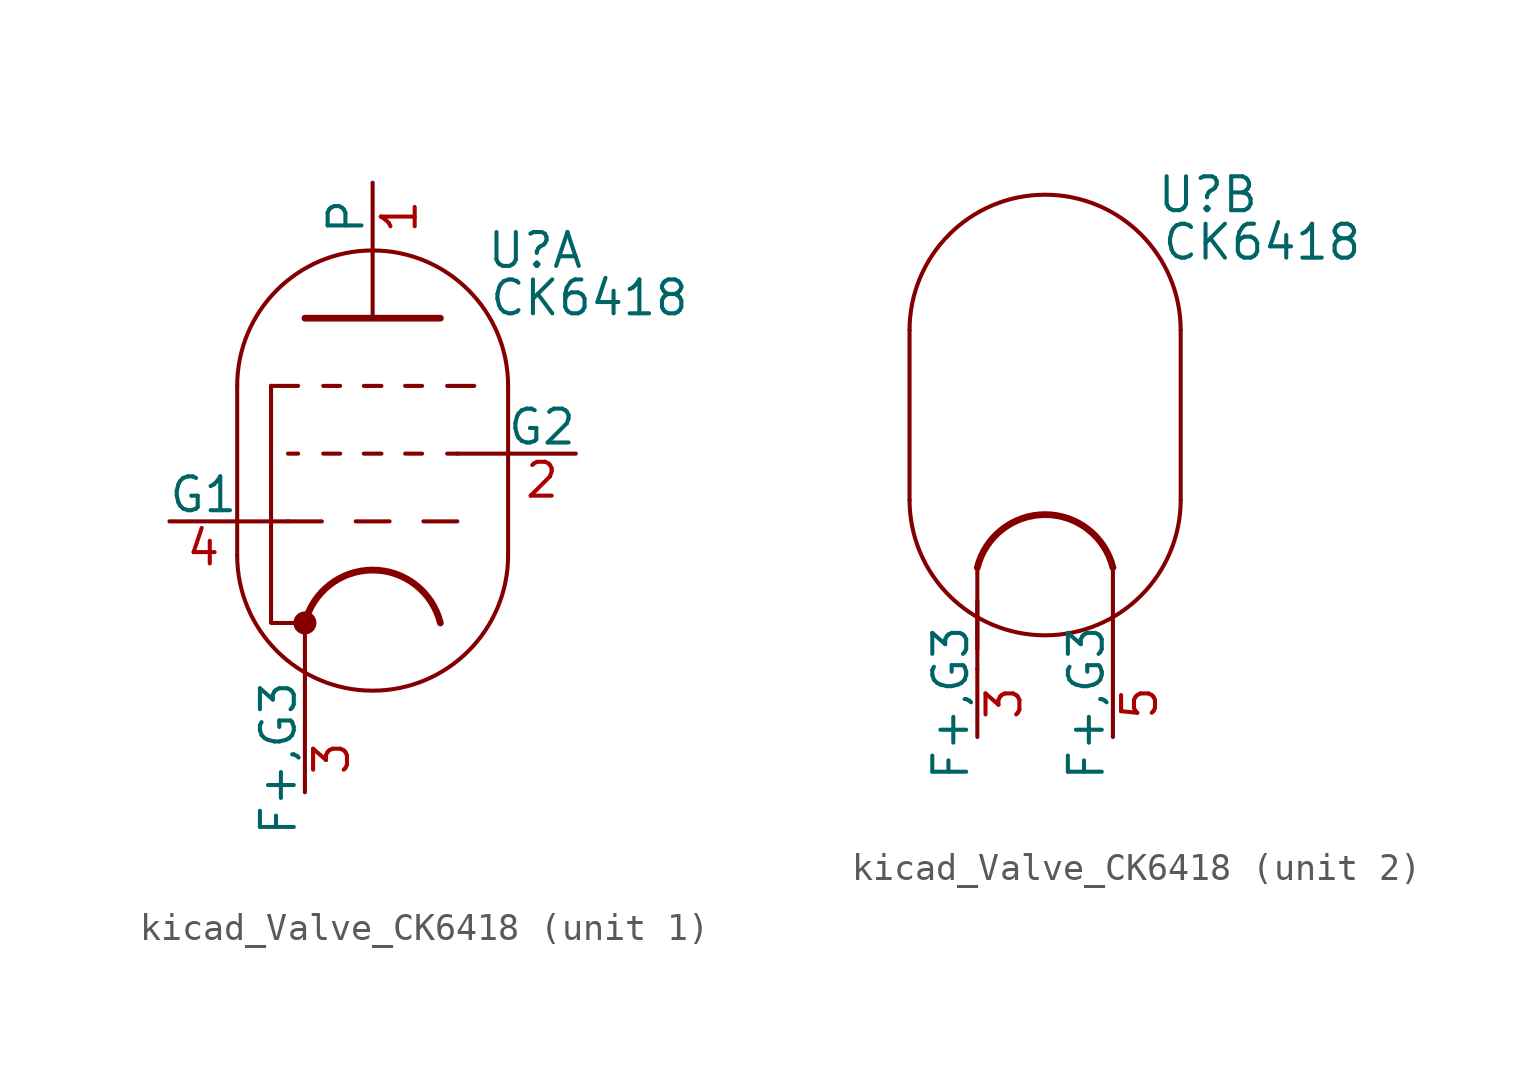
<source format=kicad_sym>
(kicad_symbol_lib
  (version 20220914)
  (generator kicad_symbol_editor)
  (symbol "kicad_Valve_CK6418"
    (pin_names
      (offset 0))
    (property "Reference" "U"
      (at 6.096 10.16 0)
      (effects (font (size 1.27 1.27))))
    (property "Value" "CK6418"
      (at 8.128 8.382 0)
      (effects (font (size 1.27 1.27))))
    (property "ki_locked" ""
      (at 0 0 0)
      (effects (font (size 1.27 1.27))))
    (symbol "kicad_Valve_CK6418_0_1"
      (arc (start -5.08 -1.27) (mid 0 -6.3279) (end 5.08 -1.27) (stroke (width 0) (type default)) (fill (type none)))
      (polyline (pts (xy -2.54 -7.62) (xy -2.54 -3.81)) (stroke (width 0) (type default)) (fill (type none)))
      (polyline (pts (xy -5.08 5.08) (xy -5.08 -1.27) (xy -5.08 -1.27)) (stroke (width 0) (type default)) (fill (type none)))
      (polyline (pts (xy 5.08 -1.27) (xy 5.08 5.08) (xy 5.08 5.08)) (stroke (width 0) (type default)) (fill (type none)))
      (arc (start 2.54 -3.81) (mid 0 -1.8268) (end -2.54 -3.81) (stroke (width 0.254) (type default)) (fill (type none)))
      (arc (start 5.08 5.08) (mid 0 10.1379) (end -5.08 5.08) (stroke (width 0) (type default)) (fill (type none)))
      (pin power_in line (at -2.54 -10.16 90) (length 2.54) (name "F+,G3" (effects (font (size 1.27 1.27)))) (number "3" (effects (font (size 1.27 1.27))))))
    (symbol "kicad_Valve_CK6418_1_0"
      (polyline (pts (xy -5.08 0) (xy -3.175 0)) (stroke (width 0) (type default)) (fill (type none)))
      (polyline (pts (xy -0.635 0) (xy 0.635 0)) (stroke (width 0.152) (type default)) (fill (type none)))
      (polyline (pts (xy 0 7.62) (xy 0 10.16)) (stroke (width 0) (type default)) (fill (type none)))
      (polyline (pts (xy 1.905 0) (xy 3.175 0)) (stroke (width 0.152) (type default)) (fill (type none)))
      (polyline (pts (xy 3.175 2.54) (xy 5.08 2.54)) (stroke (width 0) (type default)) (fill (type none))))
    (symbol "kicad_Valve_CK6418_1_1"
      (circle (center -2.54 -3.81) (radius 0.356) (stroke (width 0) (type default)) (fill (type outline)))
      (polyline (pts (xy -3.81 5.08) (xy -2.794 5.08)) (stroke (width 0.152) (type default)) (fill (type none)))
      (polyline (pts (xy -3.175 2.54) (xy -2.794 2.54)) (stroke (width 0.152) (type default)) (fill (type none)))
      (polyline (pts (xy -1.905 0) (xy -3.175 0)) (stroke (width 0.152) (type default)) (fill (type none)))
      (polyline (pts (xy -1.854 2.54) (xy -1.219 2.54)) (stroke (width 0.152) (type default)) (fill (type none)))
      (polyline (pts (xy -1.854 5.08) (xy -1.219 5.08)) (stroke (width 0.152) (type default)) (fill (type none)))
      (polyline (pts (xy -0.33 2.54) (xy 0.33 2.54)) (stroke (width 0.152) (type default)) (fill (type none)))
      (polyline (pts (xy -0.33 5.08) (xy 0.33 5.08)) (stroke (width 0.152) (type default)) (fill (type none)))
      (polyline (pts (xy 1.219 2.54) (xy 1.854 2.54)) (stroke (width 0.152) (type default)) (fill (type none)))
      (polyline (pts (xy 1.219 5.08) (xy 1.854 5.08)) (stroke (width 0.152) (type default)) (fill (type none)))
      (polyline (pts (xy 2.794 2.54) (xy 3.175 2.54)) (stroke (width 0.152) (type default)) (fill (type none)))
      (polyline (pts (xy 3.81 5.08) (xy 2.794 5.08)) (stroke (width 0.152) (type default)) (fill (type none)))
      (polyline (pts (xy -3.81 5.08) (xy -3.81 -3.81) (xy -2.54 -3.81)) (stroke (width 0) (type default)) (fill (type none)))
      (polyline (pts (xy -2.54 7.62) (xy 2.54 7.62) (xy 2.54 7.62)) (stroke (width 0.254) (type default)) (fill (type none)))
      (pin output line (at 0 12.7 270) (length 2.54) (name "P" (effects (font (size 1.27 1.27)))) (number "1" (effects (font (size 1.27 1.27)))))
      (pin input line (at 7.62 2.54 180) (length 2.54) (name "G2" (effects (font (size 1.27 1.27)))) (number "2" (effects (font (size 1.27 1.27)))))
      (pin input line (at -7.62 0 0) (length 2.54) (name "G1" (effects (font (size 1.27 1.27)))) (number "4" (effects (font (size 1.27 1.27))))))
    (symbol "kicad_Valve_CK6418_2_1"
      (polyline (pts (xy 2.54 -7.62) (xy 2.54 -3.81)) (stroke (width 0) (type default)) (fill (type none)))
      (polyline (pts (xy -2.54 -6.858) (xy -2.54 -5.08) (xy -2.54 -5.08)) (stroke (width 0) (type default)) (fill (type none)))
      (pin power_in line (at 2.54 -10.16 90) (length 2.54) (name "F+,G3" (effects (font (size 1.27 1.27)))) (number "5" (effects (font (size 1.27 1.27))))))))
</source>
